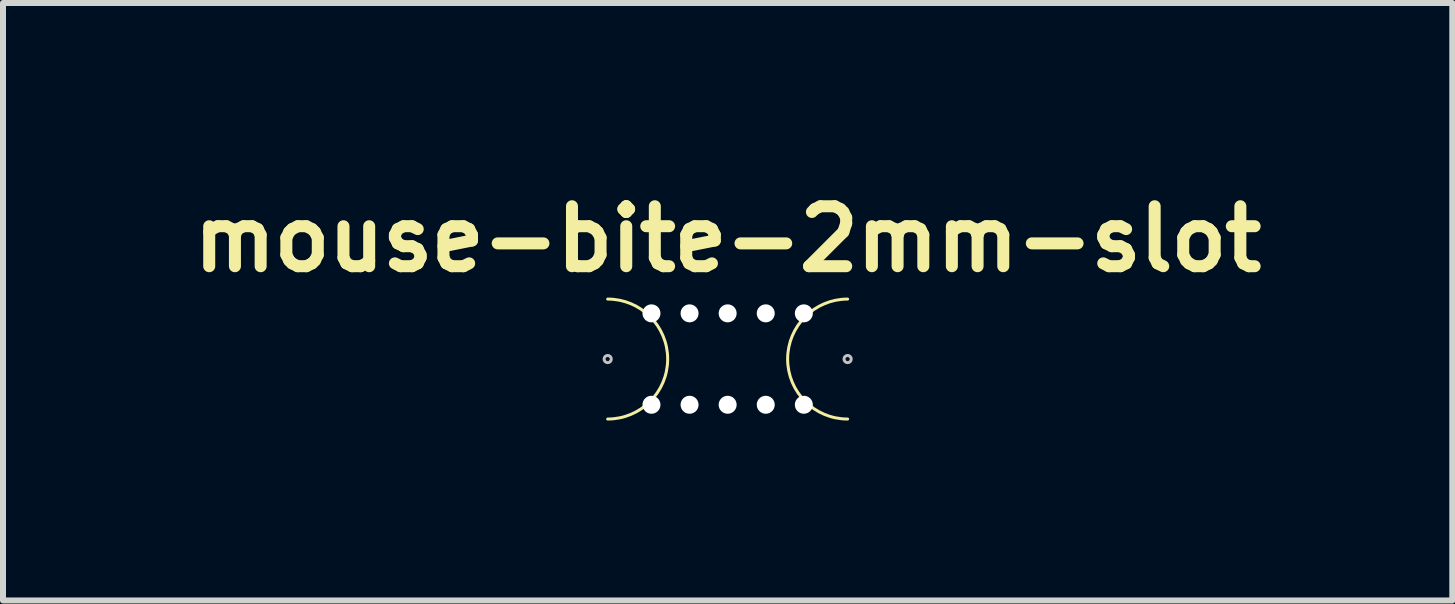
<source format=kicad_pcb>
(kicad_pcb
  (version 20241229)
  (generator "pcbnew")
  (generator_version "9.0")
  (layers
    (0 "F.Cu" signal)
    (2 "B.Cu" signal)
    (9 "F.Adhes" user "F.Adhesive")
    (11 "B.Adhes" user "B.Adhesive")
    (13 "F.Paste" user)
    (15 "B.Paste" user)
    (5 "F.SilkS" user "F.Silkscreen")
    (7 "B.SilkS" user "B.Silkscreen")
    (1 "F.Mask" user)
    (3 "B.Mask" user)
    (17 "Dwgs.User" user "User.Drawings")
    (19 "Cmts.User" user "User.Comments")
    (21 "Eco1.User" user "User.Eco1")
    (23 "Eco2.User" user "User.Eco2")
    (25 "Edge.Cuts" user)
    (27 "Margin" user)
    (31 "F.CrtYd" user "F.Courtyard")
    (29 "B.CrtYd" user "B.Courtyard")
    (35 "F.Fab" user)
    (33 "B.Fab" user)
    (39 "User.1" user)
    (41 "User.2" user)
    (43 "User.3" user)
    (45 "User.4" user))
  (footprint "mouse-bite-2mm-slot"
    (layer "F.Cu")
    (at 9.081 2.936)
    (property "Reference" "mouse-bite-2mm-slot" (at 0 -2 0) (layer "F.SilkS") (effects (font (size 1 1) (thickness 0.2))))
    (attr through_hole)
    (fp_arc (start -2 -1) (mid -1 0) (end -2 1) (stroke (width 0.05) (type solid)) (layer "F.SilkS"))
    (fp_arc (start 2 1) (mid 1 0) (end 2 -1) (stroke (width 0.05) (type solid)) (layer "F.SilkS"))
    (fp_circle (center -2 0) (end -2 -0.06) (stroke (width 0.05) (type solid)) (fill no) (layer "Dwgs.User"))
    (fp_circle (center 2 0) (end 2.06 0) (stroke (width 0.05) (type solid)) (fill no) (layer "Dwgs.User"))
    (fp_line (start -2 0) (end -2 0) (stroke (width 2) (type solid)) (layer "Eco1.User"))
    (fp_line (start 2 0) (end 2 0) (stroke (width 2) (type solid)) (layer "Eco1.User"))
    (pad "" np_thru_hole circle (at -1.27 -0.762) (size 0.3 0.3) (drill 0.3) (layers "*.Cu" "*.Mask"))
    (pad "" np_thru_hole circle (at -1.27 0.762) (size 0.3 0.3) (drill 0.3) (layers "*.Cu" "*.Mask"))
    (pad "" np_thru_hole circle (at -0.635 -0.762) (size 0.3 0.3) (drill 0.3) (layers "*.Cu" "*.Mask"))
    (pad "" np_thru_hole circle (at -0.635 0.762) (size 0.3 0.3) (drill 0.3) (layers "*.Cu" "*.Mask"))
    (pad "" np_thru_hole circle (at 0 -0.762) (size 0.3 0.3) (drill 0.3) (layers "*.Cu" "*.Mask"))
    (pad "" np_thru_hole circle (at 0 0.762) (size 0.3 0.3) (drill 0.3) (layers "*.Cu" "*.Mask"))
    (pad "" np_thru_hole circle (at 0.635 -0.762) (size 0.3 0.3) (drill 0.3) (layers "*.Cu" "*.Mask"))
    (pad "" np_thru_hole circle (at 0.635 0.762) (size 0.3 0.3) (drill 0.3) (layers "*.Cu" "*.Mask"))
    (pad "" np_thru_hole circle (at 1.27 -0.762) (size 0.3 0.3) (drill 0.3) (layers "*.Cu" "*.Mask"))
    (pad "" np_thru_hole circle (at 1.27 0.762) (size 0.3 0.3) (drill 0.3) (layers "*.Cu" "*.Mask")))
  (gr_rect
    (start -3 -3)
    (end 21.162 6.961)
    (stroke (width 0.1) (type default))
    (fill no)
    (layer "Edge.Cuts")))
</source>
